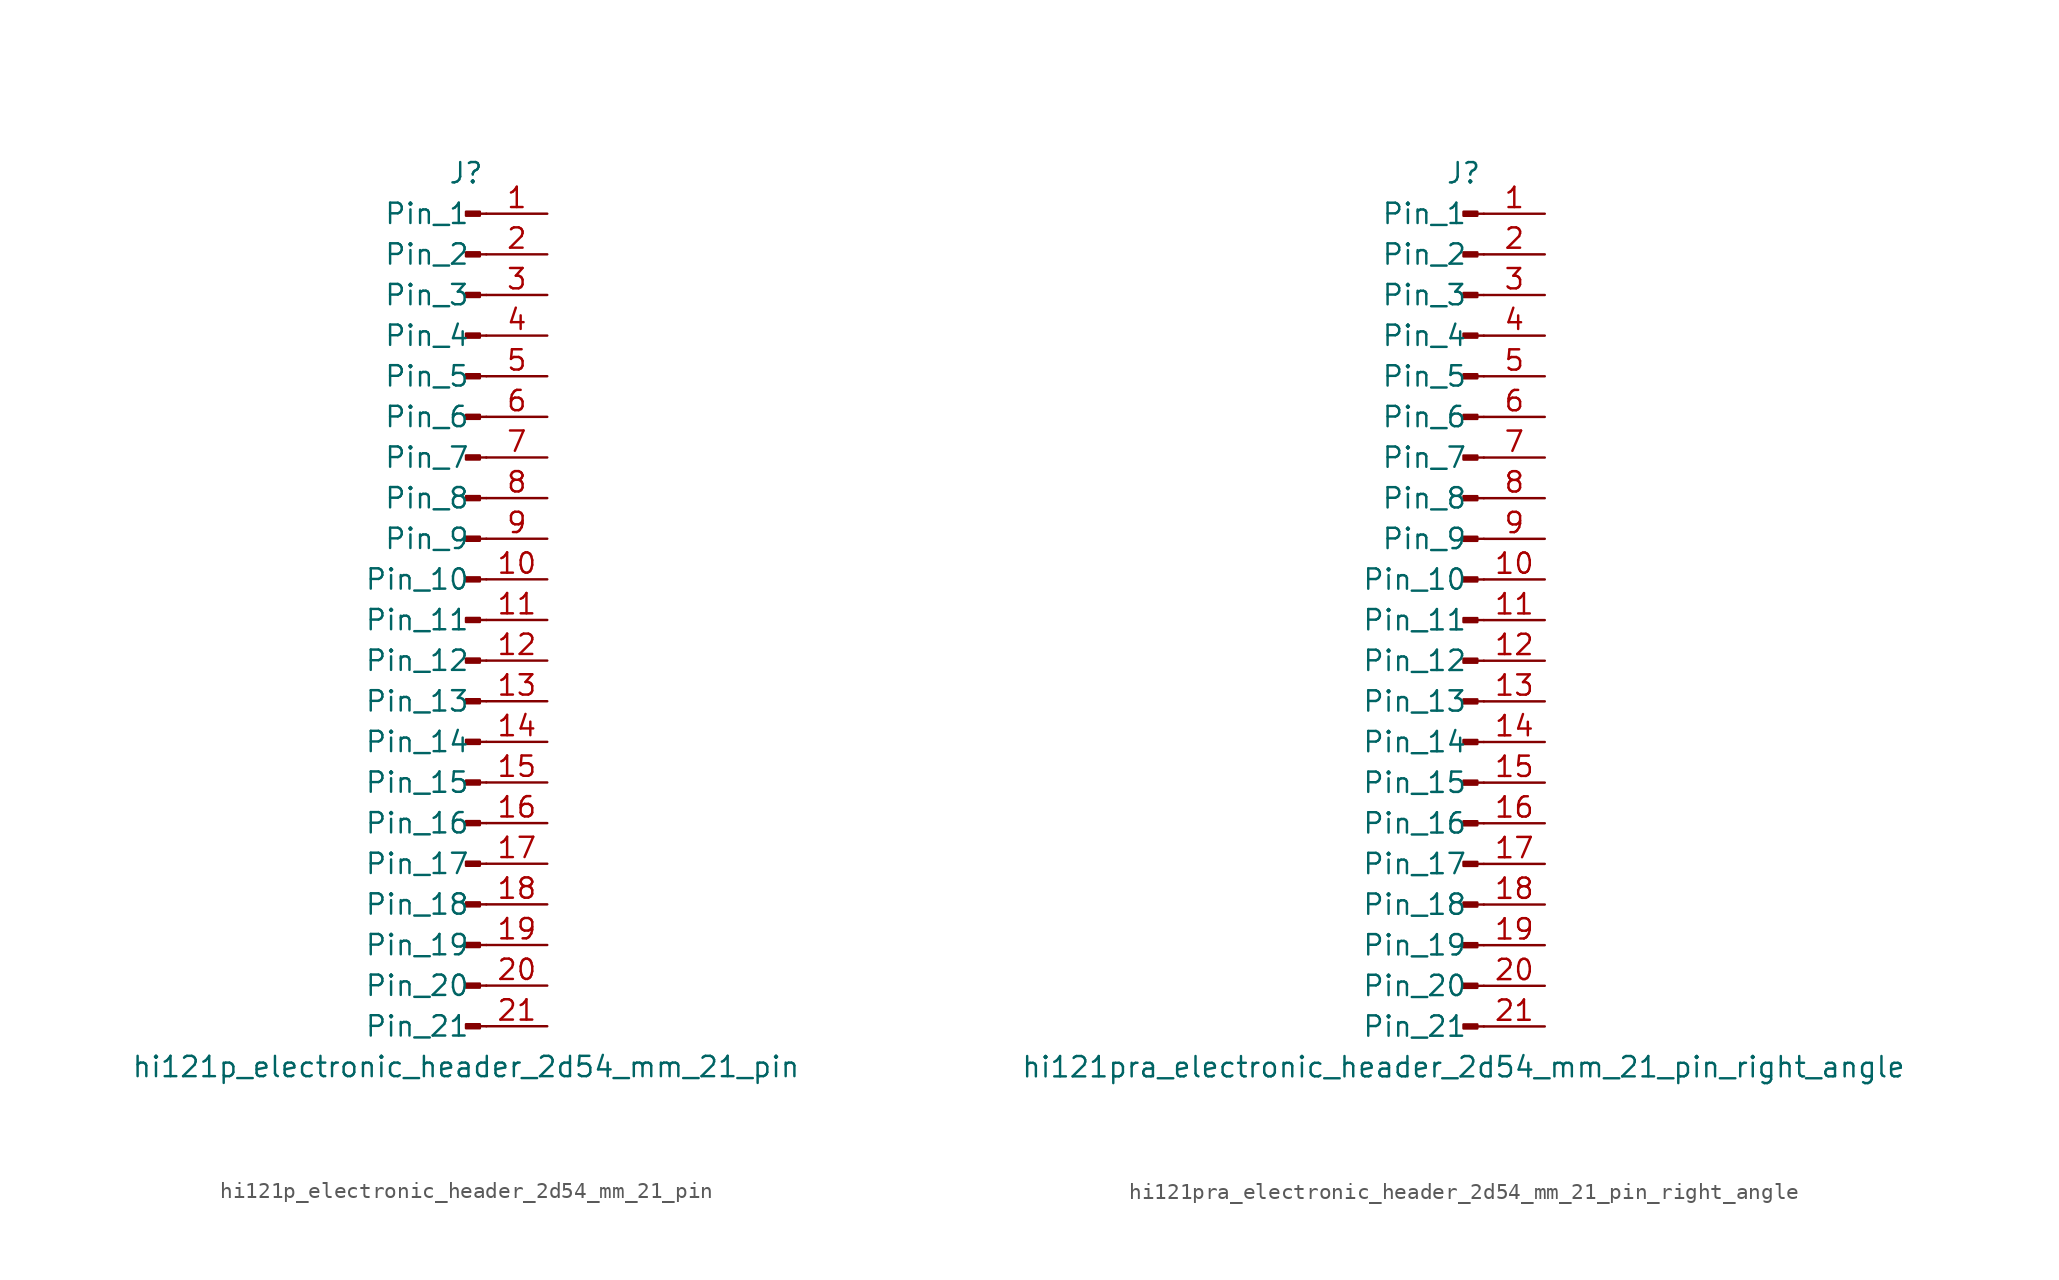
<source format=kicad_sym>
(kicad_symbol_lib
  (version 20220914)
  (generator kicad_symbol_editor)
  (symbol "hi121p_electronic_header_2d54_mm_21_pin"
    (pin_names
      (offset 1.016))
    (property "Reference" "J"
      (at 0 27.94 0)
      (effects (font (size 1.27 1.27))))
    (property "Value" "hi121p_electronic_header_2d54_mm_21_pin"
      (at 0 -27.94 0)
      (effects (font (size 1.27 1.27))))
    (property "ki_locked" ""
      (at 0 0 0)
      (effects (font (size 1.27 1.27))))
    (symbol "hi121p_electronic_header_2d54_mm_21_pin_1_1"
      (polyline (pts (xy 1.27 -25.4) (xy 0.864 -25.4)) (stroke (width 0.152) (type default)) (fill (type none)))
      (polyline (pts (xy 1.27 -22.86) (xy 0.864 -22.86)) (stroke (width 0.152) (type default)) (fill (type none)))
      (polyline (pts (xy 1.27 -20.32) (xy 0.864 -20.32)) (stroke (width 0.152) (type default)) (fill (type none)))
      (polyline (pts (xy 1.27 -17.78) (xy 0.864 -17.78)) (stroke (width 0.152) (type default)) (fill (type none)))
      (polyline (pts (xy 1.27 -15.24) (xy 0.864 -15.24)) (stroke (width 0.152) (type default)) (fill (type none)))
      (polyline (pts (xy 1.27 -12.7) (xy 0.864 -12.7)) (stroke (width 0.152) (type default)) (fill (type none)))
      (polyline (pts (xy 1.27 -10.16) (xy 0.864 -10.16)) (stroke (width 0.152) (type default)) (fill (type none)))
      (polyline (pts (xy 1.27 -7.62) (xy 0.864 -7.62)) (stroke (width 0.152) (type default)) (fill (type none)))
      (polyline (pts (xy 1.27 -5.08) (xy 0.864 -5.08)) (stroke (width 0.152) (type default)) (fill (type none)))
      (polyline (pts (xy 1.27 -2.54) (xy 0.864 -2.54)) (stroke (width 0.152) (type default)) (fill (type none)))
      (polyline (pts (xy 1.27 0) (xy 0.864 0)) (stroke (width 0.152) (type default)) (fill (type none)))
      (polyline (pts (xy 1.27 2.54) (xy 0.864 2.54)) (stroke (width 0.152) (type default)) (fill (type none)))
      (polyline (pts (xy 1.27 5.08) (xy 0.864 5.08)) (stroke (width 0.152) (type default)) (fill (type none)))
      (polyline (pts (xy 1.27 7.62) (xy 0.864 7.62)) (stroke (width 0.152) (type default)) (fill (type none)))
      (polyline (pts (xy 1.27 10.16) (xy 0.864 10.16)) (stroke (width 0.152) (type default)) (fill (type none)))
      (polyline (pts (xy 1.27 12.7) (xy 0.864 12.7)) (stroke (width 0.152) (type default)) (fill (type none)))
      (polyline (pts (xy 1.27 15.24) (xy 0.864 15.24)) (stroke (width 0.152) (type default)) (fill (type none)))
      (polyline (pts (xy 1.27 17.78) (xy 0.864 17.78)) (stroke (width 0.152) (type default)) (fill (type none)))
      (polyline (pts (xy 1.27 20.32) (xy 0.864 20.32)) (stroke (width 0.152) (type default)) (fill (type none)))
      (polyline (pts (xy 1.27 22.86) (xy 0.864 22.86)) (stroke (width 0.152) (type default)) (fill (type none)))
      (polyline (pts (xy 1.27 25.4) (xy 0.864 25.4)) (stroke (width 0.152) (type default)) (fill (type none)))
      (rectangle (start 0.864 -25.273) (end 0 -25.527) (stroke (width 0.152) (type default)) (fill (type outline)))
      (rectangle (start 0.864 -22.733) (end 0 -22.987) (stroke (width 0.152) (type default)) (fill (type outline)))
      (rectangle (start 0.864 -20.193) (end 0 -20.447) (stroke (width 0.152) (type default)) (fill (type outline)))
      (rectangle (start 0.864 -17.653) (end 0 -17.907) (stroke (width 0.152) (type default)) (fill (type outline)))
      (rectangle (start 0.864 -15.113) (end 0 -15.367) (stroke (width 0.152) (type default)) (fill (type outline)))
      (rectangle (start 0.864 -12.573) (end 0 -12.827) (stroke (width 0.152) (type default)) (fill (type outline)))
      (rectangle (start 0.864 -10.033) (end 0 -10.287) (stroke (width 0.152) (type default)) (fill (type outline)))
      (rectangle (start 0.864 -7.493) (end 0 -7.747) (stroke (width 0.152) (type default)) (fill (type outline)))
      (rectangle (start 0.864 -4.953) (end 0 -5.207) (stroke (width 0.152) (type default)) (fill (type outline)))
      (rectangle (start 0.864 -2.413) (end 0 -2.667) (stroke (width 0.152) (type default)) (fill (type outline)))
      (rectangle (start 0.864 0.127) (end 0 -0.127) (stroke (width 0.152) (type default)) (fill (type outline)))
      (rectangle (start 0.864 2.667) (end 0 2.413) (stroke (width 0.152) (type default)) (fill (type outline)))
      (rectangle (start 0.864 5.207) (end 0 4.953) (stroke (width 0.152) (type default)) (fill (type outline)))
      (rectangle (start 0.864 7.747) (end 0 7.493) (stroke (width 0.152) (type default)) (fill (type outline)))
      (rectangle (start 0.864 10.287) (end 0 10.033) (stroke (width 0.152) (type default)) (fill (type outline)))
      (rectangle (start 0.864 12.827) (end 0 12.573) (stroke (width 0.152) (type default)) (fill (type outline)))
      (rectangle (start 0.864 15.367) (end 0 15.113) (stroke (width 0.152) (type default)) (fill (type outline)))
      (rectangle (start 0.864 17.907) (end 0 17.653) (stroke (width 0.152) (type default)) (fill (type outline)))
      (rectangle (start 0.864 20.447) (end 0 20.193) (stroke (width 0.152) (type default)) (fill (type outline)))
      (rectangle (start 0.864 22.987) (end 0 22.733) (stroke (width 0.152) (type default)) (fill (type outline)))
      (rectangle (start 0.864 25.527) (end 0 25.273) (stroke (width 0.152) (type default)) (fill (type outline)))
      (pin passive line (at 5.08 25.4 180) (length 3.81) (name "Pin_1" (effects (font (size 1.27 1.27)))) (number "1" (effects (font (size 1.27 1.27)))))
      (pin passive line (at 5.08 2.54 180) (length 3.81) (name "Pin_10" (effects (font (size 1.27 1.27)))) (number "10" (effects (font (size 1.27 1.27)))))
      (pin passive line (at 5.08 0 180) (length 3.81) (name "Pin_11" (effects (font (size 1.27 1.27)))) (number "11" (effects (font (size 1.27 1.27)))))
      (pin passive line (at 5.08 -2.54 180) (length 3.81) (name "Pin_12" (effects (font (size 1.27 1.27)))) (number "12" (effects (font (size 1.27 1.27)))))
      (pin passive line (at 5.08 -5.08 180) (length 3.81) (name "Pin_13" (effects (font (size 1.27 1.27)))) (number "13" (effects (font (size 1.27 1.27)))))
      (pin passive line (at 5.08 -7.62 180) (length 3.81) (name "Pin_14" (effects (font (size 1.27 1.27)))) (number "14" (effects (font (size 1.27 1.27)))))
      (pin passive line (at 5.08 -10.16 180) (length 3.81) (name "Pin_15" (effects (font (size 1.27 1.27)))) (number "15" (effects (font (size 1.27 1.27)))))
      (pin passive line (at 5.08 -12.7 180) (length 3.81) (name "Pin_16" (effects (font (size 1.27 1.27)))) (number "16" (effects (font (size 1.27 1.27)))))
      (pin passive line (at 5.08 -15.24 180) (length 3.81) (name "Pin_17" (effects (font (size 1.27 1.27)))) (number "17" (effects (font (size 1.27 1.27)))))
      (pin passive line (at 5.08 -17.78 180) (length 3.81) (name "Pin_18" (effects (font (size 1.27 1.27)))) (number "18" (effects (font (size 1.27 1.27)))))
      (pin passive line (at 5.08 -20.32 180) (length 3.81) (name "Pin_19" (effects (font (size 1.27 1.27)))) (number "19" (effects (font (size 1.27 1.27)))))
      (pin passive line (at 5.08 22.86 180) (length 3.81) (name "Pin_2" (effects (font (size 1.27 1.27)))) (number "2" (effects (font (size 1.27 1.27)))))
      (pin passive line (at 5.08 -22.86 180) (length 3.81) (name "Pin_20" (effects (font (size 1.27 1.27)))) (number "20" (effects (font (size 1.27 1.27)))))
      (pin passive line (at 5.08 -25.4 180) (length 3.81) (name "Pin_21" (effects (font (size 1.27 1.27)))) (number "21" (effects (font (size 1.27 1.27)))))
      (pin passive line (at 5.08 20.32 180) (length 3.81) (name "Pin_3" (effects (font (size 1.27 1.27)))) (number "3" (effects (font (size 1.27 1.27)))))
      (pin passive line (at 5.08 17.78 180) (length 3.81) (name "Pin_4" (effects (font (size 1.27 1.27)))) (number "4" (effects (font (size 1.27 1.27)))))
      (pin passive line (at 5.08 15.24 180) (length 3.81) (name "Pin_5" (effects (font (size 1.27 1.27)))) (number "5" (effects (font (size 1.27 1.27)))))
      (pin passive line (at 5.08 12.7 180) (length 3.81) (name "Pin_6" (effects (font (size 1.27 1.27)))) (number "6" (effects (font (size 1.27 1.27)))))
      (pin passive line (at 5.08 10.16 180) (length 3.81) (name "Pin_7" (effects (font (size 1.27 1.27)))) (number "7" (effects (font (size 1.27 1.27)))))
      (pin passive line (at 5.08 7.62 180) (length 3.81) (name "Pin_8" (effects (font (size 1.27 1.27)))) (number "8" (effects (font (size 1.27 1.27)))))
      (pin passive line (at 5.08 5.08 180) (length 3.81) (name "Pin_9" (effects (font (size 1.27 1.27)))) (number "9" (effects (font (size 1.27 1.27)))))))
  (symbol "hi121pra_electronic_header_2d54_mm_21_pin_right_angle"
    (pin_names
      (offset 1.016))
    (property "Reference" "J"
      (at 0 27.94 0)
      (effects (font (size 1.27 1.27))))
    (property "Value" "hi121pra_electronic_header_2d54_mm_21_pin_right_angle"
      (at 0 -27.94 0)
      (effects (font (size 1.27 1.27))))
    (property "ki_locked" ""
      (at 0 0 0)
      (effects (font (size 1.27 1.27))))
    (symbol "hi121pra_electronic_header_2d54_mm_21_pin_right_angle_1_1"
      (polyline (pts (xy 1.27 -25.4) (xy 0.864 -25.4)) (stroke (width 0.152) (type default)) (fill (type none)))
      (polyline (pts (xy 1.27 -22.86) (xy 0.864 -22.86)) (stroke (width 0.152) (type default)) (fill (type none)))
      (polyline (pts (xy 1.27 -20.32) (xy 0.864 -20.32)) (stroke (width 0.152) (type default)) (fill (type none)))
      (polyline (pts (xy 1.27 -17.78) (xy 0.864 -17.78)) (stroke (width 0.152) (type default)) (fill (type none)))
      (polyline (pts (xy 1.27 -15.24) (xy 0.864 -15.24)) (stroke (width 0.152) (type default)) (fill (type none)))
      (polyline (pts (xy 1.27 -12.7) (xy 0.864 -12.7)) (stroke (width 0.152) (type default)) (fill (type none)))
      (polyline (pts (xy 1.27 -10.16) (xy 0.864 -10.16)) (stroke (width 0.152) (type default)) (fill (type none)))
      (polyline (pts (xy 1.27 -7.62) (xy 0.864 -7.62)) (stroke (width 0.152) (type default)) (fill (type none)))
      (polyline (pts (xy 1.27 -5.08) (xy 0.864 -5.08)) (stroke (width 0.152) (type default)) (fill (type none)))
      (polyline (pts (xy 1.27 -2.54) (xy 0.864 -2.54)) (stroke (width 0.152) (type default)) (fill (type none)))
      (polyline (pts (xy 1.27 0) (xy 0.864 0)) (stroke (width 0.152) (type default)) (fill (type none)))
      (polyline (pts (xy 1.27 2.54) (xy 0.864 2.54)) (stroke (width 0.152) (type default)) (fill (type none)))
      (polyline (pts (xy 1.27 5.08) (xy 0.864 5.08)) (stroke (width 0.152) (type default)) (fill (type none)))
      (polyline (pts (xy 1.27 7.62) (xy 0.864 7.62)) (stroke (width 0.152) (type default)) (fill (type none)))
      (polyline (pts (xy 1.27 10.16) (xy 0.864 10.16)) (stroke (width 0.152) (type default)) (fill (type none)))
      (polyline (pts (xy 1.27 12.7) (xy 0.864 12.7)) (stroke (width 0.152) (type default)) (fill (type none)))
      (polyline (pts (xy 1.27 15.24) (xy 0.864 15.24)) (stroke (width 0.152) (type default)) (fill (type none)))
      (polyline (pts (xy 1.27 17.78) (xy 0.864 17.78)) (stroke (width 0.152) (type default)) (fill (type none)))
      (polyline (pts (xy 1.27 20.32) (xy 0.864 20.32)) (stroke (width 0.152) (type default)) (fill (type none)))
      (polyline (pts (xy 1.27 22.86) (xy 0.864 22.86)) (stroke (width 0.152) (type default)) (fill (type none)))
      (polyline (pts (xy 1.27 25.4) (xy 0.864 25.4)) (stroke (width 0.152) (type default)) (fill (type none)))
      (rectangle (start 0.864 -25.273) (end 0 -25.527) (stroke (width 0.152) (type default)) (fill (type outline)))
      (rectangle (start 0.864 -22.733) (end 0 -22.987) (stroke (width 0.152) (type default)) (fill (type outline)))
      (rectangle (start 0.864 -20.193) (end 0 -20.447) (stroke (width 0.152) (type default)) (fill (type outline)))
      (rectangle (start 0.864 -17.653) (end 0 -17.907) (stroke (width 0.152) (type default)) (fill (type outline)))
      (rectangle (start 0.864 -15.113) (end 0 -15.367) (stroke (width 0.152) (type default)) (fill (type outline)))
      (rectangle (start 0.864 -12.573) (end 0 -12.827) (stroke (width 0.152) (type default)) (fill (type outline)))
      (rectangle (start 0.864 -10.033) (end 0 -10.287) (stroke (width 0.152) (type default)) (fill (type outline)))
      (rectangle (start 0.864 -7.493) (end 0 -7.747) (stroke (width 0.152) (type default)) (fill (type outline)))
      (rectangle (start 0.864 -4.953) (end 0 -5.207) (stroke (width 0.152) (type default)) (fill (type outline)))
      (rectangle (start 0.864 -2.413) (end 0 -2.667) (stroke (width 0.152) (type default)) (fill (type outline)))
      (rectangle (start 0.864 0.127) (end 0 -0.127) (stroke (width 0.152) (type default)) (fill (type outline)))
      (rectangle (start 0.864 2.667) (end 0 2.413) (stroke (width 0.152) (type default)) (fill (type outline)))
      (rectangle (start 0.864 5.207) (end 0 4.953) (stroke (width 0.152) (type default)) (fill (type outline)))
      (rectangle (start 0.864 7.747) (end 0 7.493) (stroke (width 0.152) (type default)) (fill (type outline)))
      (rectangle (start 0.864 10.287) (end 0 10.033) (stroke (width 0.152) (type default)) (fill (type outline)))
      (rectangle (start 0.864 12.827) (end 0 12.573) (stroke (width 0.152) (type default)) (fill (type outline)))
      (rectangle (start 0.864 15.367) (end 0 15.113) (stroke (width 0.152) (type default)) (fill (type outline)))
      (rectangle (start 0.864 17.907) (end 0 17.653) (stroke (width 0.152) (type default)) (fill (type outline)))
      (rectangle (start 0.864 20.447) (end 0 20.193) (stroke (width 0.152) (type default)) (fill (type outline)))
      (rectangle (start 0.864 22.987) (end 0 22.733) (stroke (width 0.152) (type default)) (fill (type outline)))
      (rectangle (start 0.864 25.527) (end 0 25.273) (stroke (width 0.152) (type default)) (fill (type outline)))
      (pin passive line (at 5.08 25.4 180) (length 3.81) (name "Pin_1" (effects (font (size 1.27 1.27)))) (number "1" (effects (font (size 1.27 1.27)))))
      (pin passive line (at 5.08 2.54 180) (length 3.81) (name "Pin_10" (effects (font (size 1.27 1.27)))) (number "10" (effects (font (size 1.27 1.27)))))
      (pin passive line (at 5.08 0 180) (length 3.81) (name "Pin_11" (effects (font (size 1.27 1.27)))) (number "11" (effects (font (size 1.27 1.27)))))
      (pin passive line (at 5.08 -2.54 180) (length 3.81) (name "Pin_12" (effects (font (size 1.27 1.27)))) (number "12" (effects (font (size 1.27 1.27)))))
      (pin passive line (at 5.08 -5.08 180) (length 3.81) (name "Pin_13" (effects (font (size 1.27 1.27)))) (number "13" (effects (font (size 1.27 1.27)))))
      (pin passive line (at 5.08 -7.62 180) (length 3.81) (name "Pin_14" (effects (font (size 1.27 1.27)))) (number "14" (effects (font (size 1.27 1.27)))))
      (pin passive line (at 5.08 -10.16 180) (length 3.81) (name "Pin_15" (effects (font (size 1.27 1.27)))) (number "15" (effects (font (size 1.27 1.27)))))
      (pin passive line (at 5.08 -12.7 180) (length 3.81) (name "Pin_16" (effects (font (size 1.27 1.27)))) (number "16" (effects (font (size 1.27 1.27)))))
      (pin passive line (at 5.08 -15.24 180) (length 3.81) (name "Pin_17" (effects (font (size 1.27 1.27)))) (number "17" (effects (font (size 1.27 1.27)))))
      (pin passive line (at 5.08 -17.78 180) (length 3.81) (name "Pin_18" (effects (font (size 1.27 1.27)))) (number "18" (effects (font (size 1.27 1.27)))))
      (pin passive line (at 5.08 -20.32 180) (length 3.81) (name "Pin_19" (effects (font (size 1.27 1.27)))) (number "19" (effects (font (size 1.27 1.27)))))
      (pin passive line (at 5.08 22.86 180) (length 3.81) (name "Pin_2" (effects (font (size 1.27 1.27)))) (number "2" (effects (font (size 1.27 1.27)))))
      (pin passive line (at 5.08 -22.86 180) (length 3.81) (name "Pin_20" (effects (font (size 1.27 1.27)))) (number "20" (effects (font (size 1.27 1.27)))))
      (pin passive line (at 5.08 -25.4 180) (length 3.81) (name "Pin_21" (effects (font (size 1.27 1.27)))) (number "21" (effects (font (size 1.27 1.27)))))
      (pin passive line (at 5.08 20.32 180) (length 3.81) (name "Pin_3" (effects (font (size 1.27 1.27)))) (number "3" (effects (font (size 1.27 1.27)))))
      (pin passive line (at 5.08 17.78 180) (length 3.81) (name "Pin_4" (effects (font (size 1.27 1.27)))) (number "4" (effects (font (size 1.27 1.27)))))
      (pin passive line (at 5.08 15.24 180) (length 3.81) (name "Pin_5" (effects (font (size 1.27 1.27)))) (number "5" (effects (font (size 1.27 1.27)))))
      (pin passive line (at 5.08 12.7 180) (length 3.81) (name "Pin_6" (effects (font (size 1.27 1.27)))) (number "6" (effects (font (size 1.27 1.27)))))
      (pin passive line (at 5.08 10.16 180) (length 3.81) (name "Pin_7" (effects (font (size 1.27 1.27)))) (number "7" (effects (font (size 1.27 1.27)))))
      (pin passive line (at 5.08 7.62 180) (length 3.81) (name "Pin_8" (effects (font (size 1.27 1.27)))) (number "8" (effects (font (size 1.27 1.27)))))
      (pin passive line (at 5.08 5.08 180) (length 3.81) (name "Pin_9" (effects (font (size 1.27 1.27)))) (number "9" (effects (font (size 1.27 1.27))))))))
</source>
